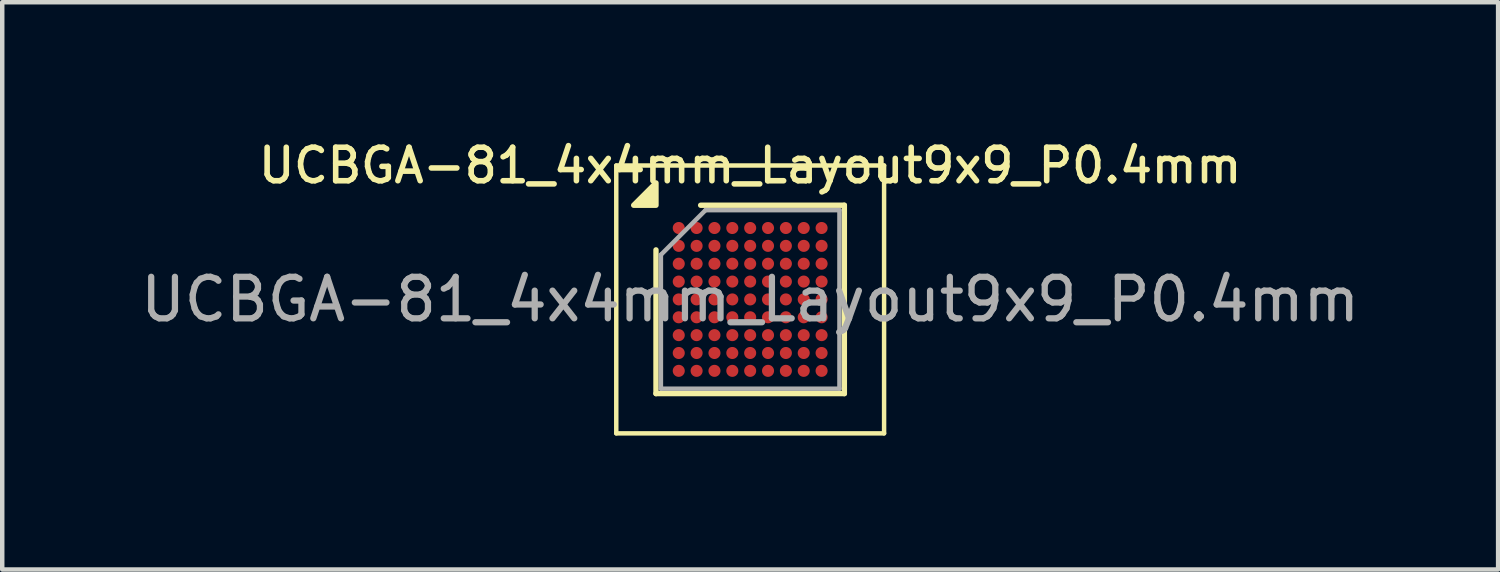
<source format=kicad_pcb>
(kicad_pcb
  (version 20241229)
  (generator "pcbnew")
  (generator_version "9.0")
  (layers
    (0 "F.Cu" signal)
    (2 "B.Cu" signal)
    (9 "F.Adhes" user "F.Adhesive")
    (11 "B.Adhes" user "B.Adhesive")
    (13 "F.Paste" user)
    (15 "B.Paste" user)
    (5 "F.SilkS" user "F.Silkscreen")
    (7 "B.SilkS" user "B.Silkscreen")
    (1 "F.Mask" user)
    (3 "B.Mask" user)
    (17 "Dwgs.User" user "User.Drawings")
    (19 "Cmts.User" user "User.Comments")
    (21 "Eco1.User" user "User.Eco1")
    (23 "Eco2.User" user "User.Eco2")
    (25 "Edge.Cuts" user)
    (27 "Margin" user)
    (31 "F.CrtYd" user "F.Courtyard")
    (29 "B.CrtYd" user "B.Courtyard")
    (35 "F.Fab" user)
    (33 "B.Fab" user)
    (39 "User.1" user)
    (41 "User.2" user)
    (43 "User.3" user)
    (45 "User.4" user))
  (footprint "UCBGA-81_4x4mm_Layout9x9_P0.4mm"
    (layer "F.Cu")
    (at 13.756 3.658)
    (property "Reference" "UCBGA-81_4x4mm_Layout9x9_P0.4mm" (at 0 -3 0) (layer "F.SilkS") (effects (font (size 0.75 0.75) (thickness 0.125))))
    (attr smd)
    (fp_line (start -3 -3) (end -3 3) (stroke (width 0.1) (type solid)) (layer "F.SilkS"))
    (fp_line (start -3 3) (end 3 3) (stroke (width 0.1) (type solid)) (layer "F.SilkS"))
    (fp_line (start -2.11 2.11) (end -2.11 -1.11) (stroke (width 0.12) (type solid)) (layer "F.SilkS"))
    (fp_line (start -1.11 -2.11) (end 2.11 -2.11) (stroke (width 0.12) (type solid)) (layer "F.SilkS"))
    (fp_line (start 2.11 -2.11) (end 2.11 2.11) (stroke (width 0.12) (type solid)) (layer "F.SilkS"))
    (fp_line (start 2.11 2.11) (end -2.11 2.11) (stroke (width 0.12) (type solid)) (layer "F.SilkS"))
    (fp_line (start 3 -3) (end -3 -3) (stroke (width 0.1) (type solid)) (layer "F.SilkS"))
    (fp_line (start 3 3) (end 3 -3) (stroke (width 0.1) (type solid)) (layer "F.SilkS"))
    (fp_poly (pts (xy -2.11 -2.11) (xy -2.61 -2.11) (xy -2.11 -2.61) (xy -2.11 -2.11)) (stroke (width 0.12) (type solid)) (fill yes) (layer "F.SilkS"))
    (fp_line (start -2 -1) (end -1 -2) (stroke (width 0.1) (type solid)) (layer "F.Fab"))
    (fp_line (start -2 2) (end -2 -1) (stroke (width 0.1) (type solid)) (layer "F.Fab"))
    (fp_line (start -1 -2) (end 2 -2) (stroke (width 0.1) (type solid)) (layer "F.Fab"))
    (fp_line (start 2 -2) (end 2 2) (stroke (width 0.1) (type solid)) (layer "F.Fab"))
    (fp_line (start 2 2) (end -2 2) (stroke (width 0.1) (type solid)) (layer "F.Fab"))
    (fp_text user "${REFERENCE}" (at 0 0 0) (layer "F.Fab") (effects (font (size 0.93 0.93) (thickness 0.14))))
    (pad "A1" smd circle (at -1.6 -1.6) (size 0.27 0.27) (property pad_prop_bga) (layers "F.Cu" "F.Mask" "F.Paste"))
    (pad "A2" smd circle (at -1.2 -1.6) (size 0.27 0.27) (property pad_prop_bga) (layers "F.Cu" "F.Mask" "F.Paste"))
    (pad "A3" smd circle (at -0.8 -1.6) (size 0.27 0.27) (property pad_prop_bga) (layers "F.Cu" "F.Mask" "F.Paste"))
    (pad "A4" smd circle (at -0.4 -1.6) (size 0.27 0.27) (property pad_prop_bga) (layers "F.Cu" "F.Mask" "F.Paste"))
    (pad "A5" smd circle (at 0 -1.6) (size 0.27 0.27) (property pad_prop_bga) (layers "F.Cu" "F.Mask" "F.Paste"))
    (pad "A6" smd circle (at 0.4 -1.6) (size 0.27 0.27) (property pad_prop_bga) (layers "F.Cu" "F.Mask" "F.Paste"))
    (pad "A7" smd circle (at 0.8 -1.6) (size 0.27 0.27) (property pad_prop_bga) (layers "F.Cu" "F.Mask" "F.Paste"))
    (pad "A8" smd circle (at 1.2 -1.6) (size 0.27 0.27) (property pad_prop_bga) (layers "F.Cu" "F.Mask" "F.Paste"))
    (pad "A9" smd circle (at 1.6 -1.6) (size 0.27 0.27) (property pad_prop_bga) (layers "F.Cu" "F.Mask" "F.Paste"))
    (pad "B1" smd circle (at -1.6 -1.2) (size 0.27 0.27) (property pad_prop_bga) (layers "F.Cu" "F.Mask" "F.Paste"))
    (pad "B2" smd circle (at -1.2 -1.2) (size 0.27 0.27) (property pad_prop_bga) (layers "F.Cu" "F.Mask" "F.Paste"))
    (pad "B3" smd circle (at -0.8 -1.2) (size 0.27 0.27) (property pad_prop_bga) (layers "F.Cu" "F.Mask" "F.Paste"))
    (pad "B4" smd circle (at -0.4 -1.2) (size 0.27 0.27) (property pad_prop_bga) (layers "F.Cu" "F.Mask" "F.Paste"))
    (pad "B5" smd circle (at 0 -1.2) (size 0.27 0.27) (property pad_prop_bga) (layers "F.Cu" "F.Mask" "F.Paste"))
    (pad "B6" smd circle (at 0.4 -1.2) (size 0.27 0.27) (property pad_prop_bga) (layers "F.Cu" "F.Mask" "F.Paste"))
    (pad "B7" smd circle (at 0.8 -1.2) (size 0.27 0.27) (property pad_prop_bga) (layers "F.Cu" "F.Mask" "F.Paste"))
    (pad "B8" smd circle (at 1.2 -1.2) (size 0.27 0.27) (property pad_prop_bga) (layers "F.Cu" "F.Mask" "F.Paste"))
    (pad "B9" smd circle (at 1.6 -1.2) (size 0.27 0.27) (property pad_prop_bga) (layers "F.Cu" "F.Mask" "F.Paste"))
    (pad "C1" smd circle (at -1.6 -0.8) (size 0.27 0.27) (property pad_prop_bga) (layers "F.Cu" "F.Mask" "F.Paste"))
    (pad "C2" smd circle (at -1.2 -0.8) (size 0.27 0.27) (property pad_prop_bga) (layers "F.Cu" "F.Mask" "F.Paste"))
    (pad "C3" smd circle (at -0.8 -0.8) (size 0.27 0.27) (property pad_prop_bga) (layers "F.Cu" "F.Mask" "F.Paste"))
    (pad "C4" smd circle (at -0.4 -0.8) (size 0.27 0.27) (property pad_prop_bga) (layers "F.Cu" "F.Mask" "F.Paste"))
    (pad "C5" smd circle (at 0 -0.8) (size 0.27 0.27) (property pad_prop_bga) (layers "F.Cu" "F.Mask" "F.Paste"))
    (pad "C6" smd circle (at 0.4 -0.8) (size 0.27 0.27) (property pad_prop_bga) (layers "F.Cu" "F.Mask" "F.Paste"))
    (pad "C7" smd circle (at 0.8 -0.8) (size 0.27 0.27) (property pad_prop_bga) (layers "F.Cu" "F.Mask" "F.Paste"))
    (pad "C8" smd circle (at 1.2 -0.8) (size 0.27 0.27) (property pad_prop_bga) (layers "F.Cu" "F.Mask" "F.Paste"))
    (pad "C9" smd circle (at 1.6 -0.8) (size 0.27 0.27) (property pad_prop_bga) (layers "F.Cu" "F.Mask" "F.Paste"))
    (pad "D1" smd circle (at -1.6 -0.4) (size 0.27 0.27) (property pad_prop_bga) (layers "F.Cu" "F.Mask" "F.Paste"))
    (pad "D2" smd circle (at -1.2 -0.4) (size 0.27 0.27) (property pad_prop_bga) (layers "F.Cu" "F.Mask" "F.Paste"))
    (pad "D3" smd circle (at -0.8 -0.4) (size 0.27 0.27) (property pad_prop_bga) (layers "F.Cu" "F.Mask" "F.Paste"))
    (pad "D4" smd circle (at -0.4 -0.4) (size 0.27 0.27) (property pad_prop_bga) (layers "F.Cu" "F.Mask" "F.Paste"))
    (pad "D5" smd circle (at 0 -0.4) (size 0.27 0.27) (property pad_prop_bga) (layers "F.Cu" "F.Mask" "F.Paste"))
    (pad "D6" smd circle (at 0.4 -0.4) (size 0.27 0.27) (property pad_prop_bga) (layers "F.Cu" "F.Mask" "F.Paste"))
    (pad "D7" smd circle (at 0.8 -0.4) (size 0.27 0.27) (property pad_prop_bga) (layers "F.Cu" "F.Mask" "F.Paste"))
    (pad "D8" smd circle (at 1.2 -0.4) (size 0.27 0.27) (property pad_prop_bga) (layers "F.Cu" "F.Mask" "F.Paste"))
    (pad "D9" smd circle (at 1.6 -0.4) (size 0.27 0.27) (property pad_prop_bga) (layers "F.Cu" "F.Mask" "F.Paste"))
    (pad "E1" smd circle (at -1.6 0) (size 0.27 0.27) (property pad_prop_bga) (layers "F.Cu" "F.Mask" "F.Paste"))
    (pad "E2" smd circle (at -1.2 0) (size 0.27 0.27) (property pad_prop_bga) (layers "F.Cu" "F.Mask" "F.Paste"))
    (pad "E3" smd circle (at -0.8 0) (size 0.27 0.27) (property pad_prop_bga) (layers "F.Cu" "F.Mask" "F.Paste"))
    (pad "E4" smd circle (at -0.4 0) (size 0.27 0.27) (property pad_prop_bga) (layers "F.Cu" "F.Mask" "F.Paste"))
    (pad "E5" smd circle (at 0 0) (size 0.27 0.27) (property pad_prop_bga) (layers "F.Cu" "F.Mask" "F.Paste"))
    (pad "E6" smd circle (at 0.4 0) (size 0.27 0.27) (property pad_prop_bga) (layers "F.Cu" "F.Mask" "F.Paste"))
    (pad "E7" smd circle (at 0.8 0) (size 0.27 0.27) (property pad_prop_bga) (layers "F.Cu" "F.Mask" "F.Paste"))
    (pad "E8" smd circle (at 1.2 0) (size 0.27 0.27) (property pad_prop_bga) (layers "F.Cu" "F.Mask" "F.Paste"))
    (pad "E9" smd circle (at 1.6 0) (size 0.27 0.27) (property pad_prop_bga) (layers "F.Cu" "F.Mask" "F.Paste"))
    (pad "F1" smd circle (at -1.6 0.4) (size 0.27 0.27) (property pad_prop_bga) (layers "F.Cu" "F.Mask" "F.Paste"))
    (pad "F2" smd circle (at -1.2 0.4) (size 0.27 0.27) (property pad_prop_bga) (layers "F.Cu" "F.Mask" "F.Paste"))
    (pad "F3" smd circle (at -0.8 0.4) (size 0.27 0.27) (property pad_prop_bga) (layers "F.Cu" "F.Mask" "F.Paste"))
    (pad "F4" smd circle (at -0.4 0.4) (size 0.27 0.27) (property pad_prop_bga) (layers "F.Cu" "F.Mask" "F.Paste"))
    (pad "F5" smd circle (at 0 0.4) (size 0.27 0.27) (property pad_prop_bga) (layers "F.Cu" "F.Mask" "F.Paste"))
    (pad "F6" smd circle (at 0.4 0.4) (size 0.27 0.27) (property pad_prop_bga) (layers "F.Cu" "F.Mask" "F.Paste"))
    (pad "F7" smd circle (at 0.8 0.4) (size 0.27 0.27) (property pad_prop_bga) (layers "F.Cu" "F.Mask" "F.Paste"))
    (pad "F8" smd circle (at 1.2 0.4) (size 0.27 0.27) (property pad_prop_bga) (layers "F.Cu" "F.Mask" "F.Paste"))
    (pad "F9" smd circle (at 1.6 0.4) (size 0.27 0.27) (property pad_prop_bga) (layers "F.Cu" "F.Mask" "F.Paste"))
    (pad "G1" smd circle (at -1.6 0.8) (size 0.27 0.27) (property pad_prop_bga) (layers "F.Cu" "F.Mask" "F.Paste"))
    (pad "G2" smd circle (at -1.2 0.8) (size 0.27 0.27) (property pad_prop_bga) (layers "F.Cu" "F.Mask" "F.Paste"))
    (pad "G3" smd circle (at -0.8 0.8) (size 0.27 0.27) (property pad_prop_bga) (layers "F.Cu" "F.Mask" "F.Paste"))
    (pad "G4" smd circle (at -0.4 0.8) (size 0.27 0.27) (property pad_prop_bga) (layers "F.Cu" "F.Mask" "F.Paste"))
    (pad "G5" smd circle (at 0 0.8) (size 0.27 0.27) (property pad_prop_bga) (layers "F.Cu" "F.Mask" "F.Paste"))
    (pad "G6" smd circle (at 0.4 0.8) (size 0.27 0.27) (property pad_prop_bga) (layers "F.Cu" "F.Mask" "F.Paste"))
    (pad "G7" smd circle (at 0.8 0.8) (size 0.27 0.27) (property pad_prop_bga) (layers "F.Cu" "F.Mask" "F.Paste"))
    (pad "G8" smd circle (at 1.2 0.8) (size 0.27 0.27) (property pad_prop_bga) (layers "F.Cu" "F.Mask" "F.Paste"))
    (pad "G9" smd circle (at 1.6 0.8) (size 0.27 0.27) (property pad_prop_bga) (layers "F.Cu" "F.Mask" "F.Paste"))
    (pad "H1" smd circle (at -1.6 1.2) (size 0.27 0.27) (property pad_prop_bga) (layers "F.Cu" "F.Mask" "F.Paste"))
    (pad "H2" smd circle (at -1.2 1.2) (size 0.27 0.27) (property pad_prop_bga) (layers "F.Cu" "F.Mask" "F.Paste"))
    (pad "H3" smd circle (at -0.8 1.2) (size 0.27 0.27) (property pad_prop_bga) (layers "F.Cu" "F.Mask" "F.Paste"))
    (pad "H4" smd circle (at -0.4 1.2) (size 0.27 0.27) (property pad_prop_bga) (layers "F.Cu" "F.Mask" "F.Paste"))
    (pad "H5" smd circle (at 0 1.2) (size 0.27 0.27) (property pad_prop_bga) (layers "F.Cu" "F.Mask" "F.Paste"))
    (pad "H6" smd circle (at 0.4 1.2) (size 0.27 0.27) (property pad_prop_bga) (layers "F.Cu" "F.Mask" "F.Paste"))
    (pad "H7" smd circle (at 0.8 1.2) (size 0.27 0.27) (property pad_prop_bga) (layers "F.Cu" "F.Mask" "F.Paste"))
    (pad "H8" smd circle (at 1.2 1.2) (size 0.27 0.27) (property pad_prop_bga) (layers "F.Cu" "F.Mask" "F.Paste"))
    (pad "H9" smd circle (at 1.6 1.2) (size 0.27 0.27) (property pad_prop_bga) (layers "F.Cu" "F.Mask" "F.Paste"))
    (pad "J1" smd circle (at -1.6 1.6) (size 0.27 0.27) (property pad_prop_bga) (layers "F.Cu" "F.Mask" "F.Paste"))
    (pad "J2" smd circle (at -1.2 1.6) (size 0.27 0.27) (property pad_prop_bga) (layers "F.Cu" "F.Mask" "F.Paste"))
    (pad "J3" smd circle (at -0.8 1.6) (size 0.27 0.27) (property pad_prop_bga) (layers "F.Cu" "F.Mask" "F.Paste"))
    (pad "J4" smd circle (at -0.4 1.6) (size 0.27 0.27) (property pad_prop_bga) (layers "F.Cu" "F.Mask" "F.Paste"))
    (pad "J5" smd circle (at 0 1.6) (size 0.27 0.27) (property pad_prop_bga) (layers "F.Cu" "F.Mask" "F.Paste"))
    (pad "J6" smd circle (at 0.4 1.6) (size 0.27 0.27) (property pad_prop_bga) (layers "F.Cu" "F.Mask" "F.Paste"))
    (pad "J7" smd circle (at 0.8 1.6) (size 0.27 0.27) (property pad_prop_bga) (layers "F.Cu" "F.Mask" "F.Paste"))
    (pad "J8" smd circle (at 1.2 1.6) (size 0.27 0.27) (property pad_prop_bga) (layers "F.Cu" "F.Mask" "F.Paste"))
    (pad "J9" smd circle (at 1.6 1.6) (size 0.27 0.27) (property pad_prop_bga) (layers "F.Cu" "F.Mask" "F.Paste")))
  (gr_rect
    (start -3 -3)
    (end 30.512 9.708)
    (stroke (width 0.1) (type default))
    (fill no)
    (layer "Edge.Cuts")))
</source>
